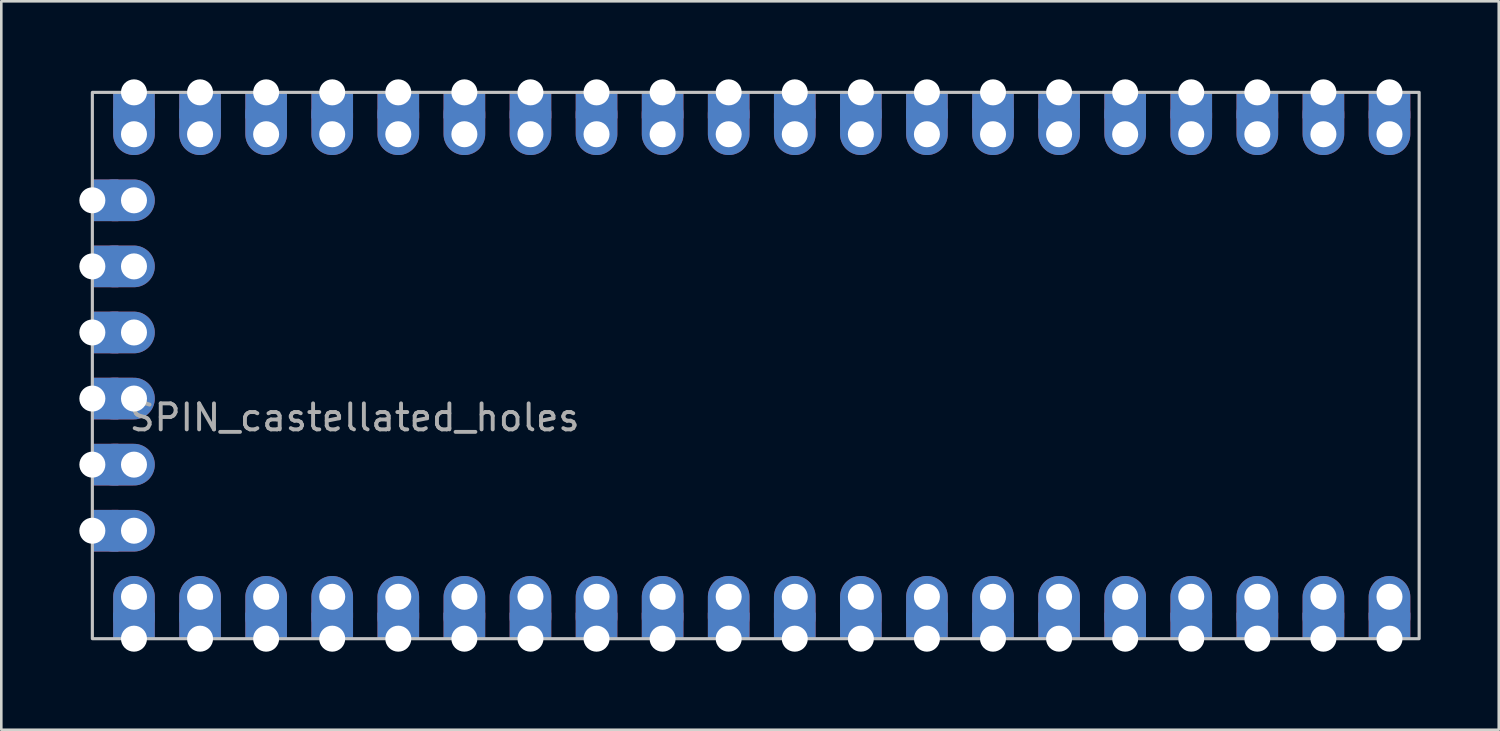
<source format=kicad_pcb>
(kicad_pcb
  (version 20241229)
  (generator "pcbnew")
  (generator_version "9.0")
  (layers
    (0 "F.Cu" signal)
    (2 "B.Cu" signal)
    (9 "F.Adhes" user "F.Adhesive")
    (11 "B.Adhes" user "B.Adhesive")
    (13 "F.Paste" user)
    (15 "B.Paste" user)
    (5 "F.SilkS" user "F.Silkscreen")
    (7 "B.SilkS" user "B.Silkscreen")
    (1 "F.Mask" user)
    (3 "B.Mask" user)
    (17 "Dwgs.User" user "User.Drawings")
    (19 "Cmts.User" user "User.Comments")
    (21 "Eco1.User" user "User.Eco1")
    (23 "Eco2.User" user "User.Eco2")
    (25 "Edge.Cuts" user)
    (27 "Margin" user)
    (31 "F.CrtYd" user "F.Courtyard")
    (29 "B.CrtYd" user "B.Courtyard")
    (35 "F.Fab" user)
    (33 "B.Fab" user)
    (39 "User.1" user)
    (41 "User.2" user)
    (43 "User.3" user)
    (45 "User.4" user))
  (footprint "SPIN_castellated_holes"
    (layer "F.Cu")
    (at 0.5 0.5)
    (property "Reference" "SPIN_castellated_holes" (at 10.08 12.5 0) (unlocked yes) (layer "F.Fab") (effects (font (size 1 1) (thickness 0.15))))
    (attr through_hole exclude_from_pos_files exclude_from_bom allow_missing_courtyard)
    (fp_rect (start 0 0) (end 51 21) (stroke (width 0.12) (type solid)) (fill no) (layer "Dwgs.User"))
    (pad "1" thru_hole rect (at 49.86 0) (size 1.6 1) (drill 1 (offset 0 0.5)) (property pad_prop_castellated) (layers "*.Cu" "*.Mask"))
    (pad "1" thru_hole oval (at 49.86 1.61) (size 1.6 2.4) (drill 1 (offset 0 -0.4)) (layers "*.Cu" "*.Mask"))
    (pad "2" thru_hole rect (at 47.32 0) (size 1.6 1) (drill 1 (offset 0 0.5)) (property pad_prop_castellated) (layers "*.Cu" "*.Mask"))
    (pad "2" thru_hole oval (at 47.32 1.61) (size 1.6 2.4) (drill 1 (offset 0 -0.4)) (layers "*.Cu" "*.Mask"))
    (pad "3" thru_hole rect (at 44.78 0) (size 1.6 1) (drill 1 (offset 0 0.5)) (property pad_prop_castellated) (layers "*.Cu" "*.Mask"))
    (pad "3" thru_hole oval (at 44.78 1.61) (size 1.6 2.4) (drill 1 (offset 0 -0.4)) (layers "*.Cu" "*.Mask"))
    (pad "4" thru_hole rect (at 42.24 0) (size 1.6 1) (drill 1 (offset 0 0.5)) (property pad_prop_castellated) (layers "*.Cu" "*.Mask"))
    (pad "4" thru_hole oval (at 42.24 1.61) (size 1.6 2.4) (drill 1 (offset 0 -0.4)) (layers "*.Cu" "*.Mask"))
    (pad "5" thru_hole rect (at 39.7 0) (size 1.6 1) (drill 1 (offset 0 0.5)) (property pad_prop_castellated) (layers "*.Cu" "*.Mask"))
    (pad "5" thru_hole oval (at 39.7 1.61) (size 1.6 2.4) (drill 1 (offset 0 -0.4)) (layers "*.Cu" "*.Mask"))
    (pad "6" thru_hole rect (at 37.16 0) (size 1.6 1) (drill 1 (offset 0 0.5)) (property pad_prop_castellated) (layers "*.Cu" "*.Mask"))
    (pad "6" thru_hole oval (at 37.16 1.61) (size 1.6 2.4) (drill 1 (offset 0 -0.4)) (layers "*.Cu" "*.Mask"))
    (pad "7" thru_hole rect (at 34.62 0) (size 1.6 1) (drill 1 (offset 0 0.5)) (property pad_prop_castellated) (layers "*.Cu" "*.Mask"))
    (pad "7" thru_hole oval (at 34.62 1.61) (size 1.6 2.4) (drill 1 (offset 0 -0.4)) (layers "*.Cu" "*.Mask"))
    (pad "8" thru_hole rect (at 32.08 0) (size 1.6 1) (drill 1 (offset 0 0.5)) (property pad_prop_castellated) (layers "*.Cu" "*.Mask"))
    (pad "8" thru_hole oval (at 32.08 1.61) (size 1.6 2.4) (drill 1 (offset 0 -0.4)) (layers "*.Cu" "*.Mask"))
    (pad "9" thru_hole rect (at 29.54 0) (size 1.6 1) (drill 1 (offset 0 0.5)) (property pad_prop_castellated) (layers "*.Cu" "*.Mask"))
    (pad "9" thru_hole oval (at 29.54 1.61) (size 1.6 2.4) (drill 1 (offset 0 -0.4)) (layers "*.Cu" "*.Mask"))
    (pad "10" thru_hole rect (at 27 0) (size 1.6 1) (drill 1 (offset 0 0.5)) (property pad_prop_castellated) (layers "*.Cu" "*.Mask"))
    (pad "10" thru_hole oval (at 27 1.61) (size 1.6 2.4) (drill 1 (offset 0 -0.4)) (layers "*.Cu" "*.Mask"))
    (pad "11" thru_hole rect (at 24.46 0) (size 1.6 1) (drill 1 (offset 0 0.5)) (property pad_prop_castellated) (layers "*.Cu" "*.Mask"))
    (pad "11" thru_hole oval (at 24.46 1.61) (size 1.6 2.4) (drill 1 (offset 0 -0.4)) (layers "*.Cu" "*.Mask"))
    (pad "12" thru_hole rect (at 21.92 0) (size 1.6 1) (drill 1 (offset 0 0.5)) (property pad_prop_castellated) (layers "*.Cu" "*.Mask"))
    (pad "12" thru_hole oval (at 21.92 1.61) (size 1.6 2.4) (drill 1 (offset 0 -0.4)) (layers "*.Cu" "*.Mask"))
    (pad "13" thru_hole rect (at 19.38 0) (size 1.6 1) (drill 1 (offset 0 0.5)) (property pad_prop_castellated) (layers "*.Cu" "*.Mask"))
    (pad "13" thru_hole oval (at 19.38 1.61) (size 1.6 2.4) (drill 1 (offset 0 -0.4)) (layers "*.Cu" "*.Mask"))
    (pad "14" thru_hole rect (at 16.84 0) (size 1.6 1) (drill 1 (offset 0 0.5)) (property pad_prop_castellated) (layers "*.Cu" "*.Mask"))
    (pad "14" thru_hole oval (at 16.84 1.61) (size 1.6 2.4) (drill 1 (offset 0 -0.4)) (layers "*.Cu" "*.Mask"))
    (pad "15" thru_hole rect (at 14.3 0) (size 1.6 1) (drill 1 (offset 0 0.5)) (property pad_prop_castellated) (layers "*.Cu" "*.Mask"))
    (pad "15" thru_hole oval (at 14.3 1.61) (size 1.6 2.4) (drill 1 (offset 0 -0.4)) (layers "*.Cu" "*.Mask"))
    (pad "16" thru_hole rect (at 11.76 0) (size 1.6 1) (drill 1 (offset 0 0.5)) (property pad_prop_castellated) (layers "*.Cu" "*.Mask"))
    (pad "16" thru_hole oval (at 11.76 1.61) (size 1.6 2.4) (drill 1 (offset 0 -0.4)) (layers "*.Cu" "*.Mask"))
    (pad "17" thru_hole rect (at 9.22 0) (size 1.6 1) (drill 1 (offset 0 0.5)) (property pad_prop_castellated) (layers "*.Cu" "*.Mask"))
    (pad "17" thru_hole oval (at 9.22 1.61) (size 1.6 2.4) (drill 1 (offset 0 -0.4)) (layers "*.Cu" "*.Mask"))
    (pad "18" thru_hole rect (at 6.68 0) (size 1.6 1) (drill 1 (offset 0 0.5)) (property pad_prop_castellated) (layers "*.Cu" "*.Mask"))
    (pad "18" thru_hole oval (at 6.68 1.61) (size 1.6 2.4) (drill 1 (offset 0 -0.4)) (layers "*.Cu" "*.Mask"))
    (pad "19" thru_hole rect (at 4.14 0) (size 1.6 1) (drill 1 (offset 0 0.5)) (property pad_prop_castellated) (layers "*.Cu" "*.Mask"))
    (pad "19" thru_hole oval (at 4.14 1.61) (size 1.6 2.4) (drill 1 (offset 0 -0.4)) (layers "*.Cu" "*.Mask"))
    (pad "20" thru_hole rect (at 1.6 0) (size 1.6 1) (drill 1 (offset 0 0.5)) (property pad_prop_castellated) (layers "*.Cu" "*.Mask"))
    (pad "20" thru_hole oval (at 1.6 1.61) (size 1.6 2.4) (drill 1 (offset 0 -0.4)) (layers "*.Cu" "*.Mask"))
    (pad "21" thru_hole rect (at 0 4.15 90) (size 1.6 1) (drill 1 (offset 0 0.5)) (property pad_prop_castellated) (layers "*.Cu" "*.Mask"))
    (pad "21" thru_hole oval (at 1.6 4.15 90) (size 1.6 2.4) (drill 1 (offset 0 -0.4)) (layers "*.Cu" "*.Mask"))
    (pad "22" thru_hole rect (at 0 6.69 90) (size 1.6 1) (drill 1 (offset 0 0.5)) (property pad_prop_castellated) (layers "*.Cu" "*.Mask"))
    (pad "22" thru_hole oval (at 1.6 6.69 90) (size 1.6 2.4) (drill 1 (offset 0 -0.4)) (layers "*.Cu" "*.Mask"))
    (pad "23" thru_hole rect (at 0 9.23 90) (size 1.6 1) (drill 1 (offset 0 0.5)) (property pad_prop_castellated) (layers "*.Cu" "*.Mask"))
    (pad "23" thru_hole oval (at 1.6 9.23 90) (size 1.6 2.4) (drill 1 (offset 0 -0.4)) (layers "*.Cu" "*.Mask"))
    (pad "24" thru_hole rect (at 0 11.77 90) (size 1.6 1) (drill 1 (offset 0 0.5)) (property pad_prop_castellated) (layers "*.Cu" "*.Mask"))
    (pad "24" thru_hole oval (at 1.6 11.77 90) (size 1.6 2.4) (drill 1 (offset 0 -0.4)) (layers "*.Cu" "*.Mask"))
    (pad "25" thru_hole rect (at 0 14.31 90) (size 1.6 1) (drill 1 (offset 0 0.5)) (property pad_prop_castellated) (layers "*.Cu" "*.Mask"))
    (pad "25" thru_hole oval (at 1.6 14.31 90) (size 1.6 2.4) (drill 1 (offset 0 -0.4)) (layers "*.Cu" "*.Mask"))
    (pad "26" thru_hole rect (at 0 16.85 90) (size 1.6 1) (drill 1 (offset 0 0.5)) (property pad_prop_castellated) (layers "*.Cu" "*.Mask"))
    (pad "26" thru_hole oval (at 1.6 16.85 90) (size 1.6 2.4) (drill 1 (offset 0 -0.4)) (layers "*.Cu" "*.Mask"))
    (pad "27" thru_hole oval (at 1.6 19.39 180) (size 1.6 2.4) (drill 1 (offset 0 -0.4)) (layers "*.Cu" "*.Mask"))
    (pad "27" thru_hole rect (at 1.6 21 180) (size 1.6 1) (drill 1 (offset 0 0.5)) (property pad_prop_castellated) (layers "*.Cu" "*.Mask"))
    (pad "28" thru_hole oval (at 4.14 19.39 180) (size 1.6 2.4) (drill 1 (offset 0 -0.4)) (layers "*.Cu" "*.Mask"))
    (pad "28" thru_hole rect (at 4.14 21 180) (size 1.6 1) (drill 1 (offset 0 0.5)) (property pad_prop_castellated) (layers "*.Cu" "*.Mask"))
    (pad "29" thru_hole oval (at 6.68 19.39 180) (size 1.6 2.4) (drill 1 (offset 0 -0.4)) (layers "*.Cu" "*.Mask"))
    (pad "29" thru_hole rect (at 6.68 21 180) (size 1.6 1) (drill 1 (offset 0 0.5)) (property pad_prop_castellated) (layers "*.Cu" "*.Mask"))
    (pad "30" thru_hole oval (at 9.22 19.39 180) (size 1.6 2.4) (drill 1 (offset 0 -0.4)) (layers "*.Cu" "*.Mask"))
    (pad "30" thru_hole rect (at 9.22 21 180) (size 1.6 1) (drill 1 (offset 0 0.5)) (property pad_prop_castellated) (layers "*.Cu" "*.Mask"))
    (pad "31" thru_hole oval (at 11.76 19.39 180) (size 1.6 2.4) (drill 1 (offset 0 -0.4)) (layers "*.Cu" "*.Mask"))
    (pad "31" thru_hole rect (at 11.76 21 180) (size 1.6 1) (drill 1 (offset 0 0.5)) (property pad_prop_castellated) (layers "*.Cu" "*.Mask"))
    (pad "32" thru_hole oval (at 14.3 19.39 180) (size 1.6 2.4) (drill 1 (offset 0 -0.4)) (layers "*.Cu" "*.Mask"))
    (pad "32" thru_hole rect (at 14.3 21 180) (size 1.6 1) (drill 1 (offset 0 0.5)) (property pad_prop_castellated) (layers "*.Cu" "*.Mask"))
    (pad "33" thru_hole oval (at 16.84 19.39 180) (size 1.6 2.4) (drill 1 (offset 0 -0.4)) (layers "*.Cu" "*.Mask"))
    (pad "33" thru_hole rect (at 16.84 21 180) (size 1.6 1) (drill 1 (offset 0 0.5)) (property pad_prop_castellated) (layers "*.Cu" "*.Mask"))
    (pad "34" thru_hole oval (at 19.38 19.39 180) (size 1.6 2.4) (drill 1 (offset 0 -0.4)) (layers "*.Cu" "*.Mask"))
    (pad "34" thru_hole rect (at 19.38 21 180) (size 1.6 1) (drill 1 (offset 0 0.5)) (property pad_prop_castellated) (layers "*.Cu" "*.Mask"))
    (pad "35" thru_hole oval (at 21.92 19.39 180) (size 1.6 2.4) (drill 1 (offset 0 -0.4)) (layers "*.Cu" "*.Mask"))
    (pad "35" thru_hole rect (at 21.92 21 180) (size 1.6 1) (drill 1 (offset 0 0.5)) (property pad_prop_castellated) (layers "*.Cu" "*.Mask"))
    (pad "36" thru_hole oval (at 24.46 19.39 180) (size 1.6 2.4) (drill 1 (offset 0 -0.4)) (layers "*.Cu" "*.Mask"))
    (pad "36" thru_hole rect (at 24.46 21 180) (size 1.6 1) (drill 1 (offset 0 0.5)) (property pad_prop_castellated) (layers "*.Cu" "*.Mask"))
    (pad "37" thru_hole oval (at 27 19.39 180) (size 1.6 2.4) (drill 1 (offset 0 -0.4)) (layers "*.Cu" "*.Mask"))
    (pad "37" thru_hole rect (at 27 21 180) (size 1.6 1) (drill 1 (offset 0 0.5)) (property pad_prop_castellated) (layers "*.Cu" "*.Mask"))
    (pad "38" thru_hole oval (at 29.54 19.39 180) (size 1.6 2.4) (drill 1 (offset 0 -0.4)) (layers "*.Cu" "*.Mask"))
    (pad "38" thru_hole rect (at 29.54 21 180) (size 1.6 1) (drill 1 (offset 0 0.5)) (property pad_prop_castellated) (layers "*.Cu" "*.Mask"))
    (pad "39" thru_hole oval (at 32.08 19.39 180) (size 1.6 2.4) (drill 1 (offset 0 -0.4)) (layers "*.Cu" "*.Mask"))
    (pad "39" thru_hole rect (at 32.08 21 180) (size 1.6 1) (drill 1 (offset 0 0.5)) (property pad_prop_castellated) (layers "*.Cu" "*.Mask"))
    (pad "40" thru_hole oval (at 34.62 19.39 180) (size 1.6 2.4) (drill 1 (offset 0 -0.4)) (layers "*.Cu" "*.Mask"))
    (pad "40" thru_hole rect (at 34.62 21 180) (size 1.6 1) (drill 1 (offset 0 0.5)) (property pad_prop_castellated) (layers "*.Cu" "*.Mask"))
    (pad "41" thru_hole oval (at 37.16 19.39 180) (size 1.6 2.4) (drill 1 (offset 0 -0.4)) (layers "*.Cu" "*.Mask"))
    (pad "41" thru_hole rect (at 37.16 21 180) (size 1.6 1) (drill 1 (offset 0 0.5)) (property pad_prop_castellated) (layers "*.Cu" "*.Mask"))
    (pad "42" thru_hole oval (at 39.7 19.39 180) (size 1.6 2.4) (drill 1 (offset 0 -0.4)) (layers "*.Cu" "*.Mask"))
    (pad "42" thru_hole rect (at 39.7 21 180) (size 1.6 1) (drill 1 (offset 0 0.5)) (property pad_prop_castellated) (layers "*.Cu" "*.Mask"))
    (pad "43" thru_hole oval (at 42.24 19.39 180) (size 1.6 2.4) (drill 1 (offset 0 -0.4)) (layers "*.Cu" "*.Mask"))
    (pad "43" thru_hole rect (at 42.24 21 180) (size 1.6 1) (drill 1 (offset 0 0.5)) (property pad_prop_castellated) (layers "*.Cu" "*.Mask"))
    (pad "44" thru_hole oval (at 44.78 19.39 180) (size 1.6 2.4) (drill 1 (offset 0 -0.4)) (layers "*.Cu" "*.Mask"))
    (pad "44" thru_hole rect (at 44.78 21 180) (size 1.6 1) (drill 1 (offset 0 0.5)) (property pad_prop_castellated) (layers "*.Cu" "*.Mask"))
    (pad "45" thru_hole oval (at 47.32 19.39 180) (size 1.6 2.4) (drill 1 (offset 0 -0.4)) (layers "*.Cu" "*.Mask"))
    (pad "45" thru_hole rect (at 47.32 21 180) (size 1.6 1) (drill 1 (offset 0 0.5)) (property pad_prop_castellated) (layers "*.Cu" "*.Mask"))
    (pad "46" thru_hole oval (at 49.86 19.39 180) (size 1.6 2.4) (drill 1 (offset 0 -0.4)) (layers "*.Cu" "*.Mask"))
    (pad "46" thru_hole rect (at 49.86 21 180) (size 1.6 1) (drill 1 (offset 0 0.5)) (property pad_prop_castellated) (layers "*.Cu" "*.Mask")))
  (gr_rect
    (start -3 -3)
    (end 54.56 25)
    (stroke (width 0.1) (type default))
    (fill no)
    (layer "Edge.Cuts")))
</source>
